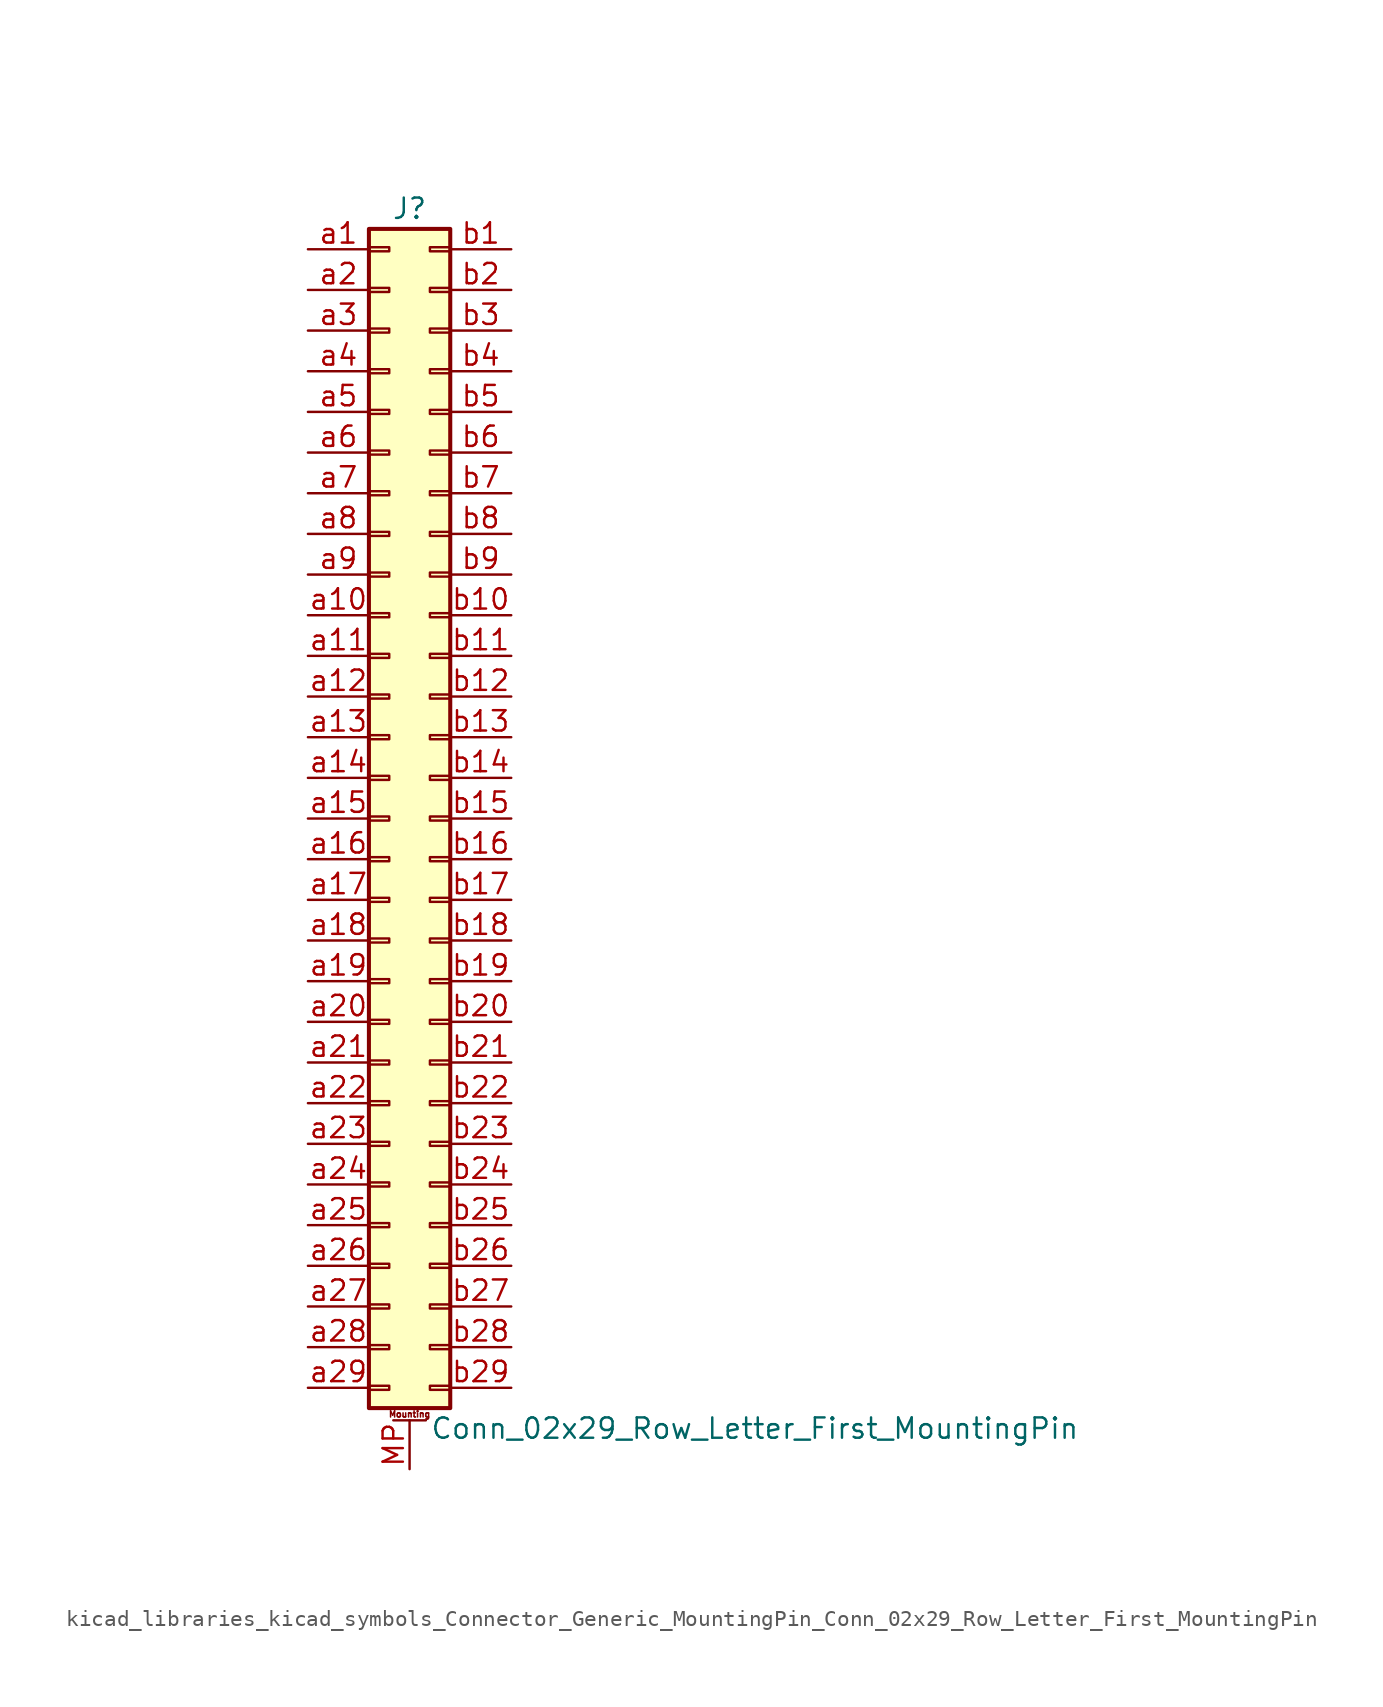
<source format=kicad_sym>
(kicad_symbol_lib
  (version 20220914)
  (generator kicad_symbol_editor)
  (symbol "kicad_libraries_kicad_symbols_Connector_Generic_MountingPin_Conn_02x29_Row_Letter_First_MountingPin"
    (pin_names
      (offset 1.016) hide)
    (property "Reference" "J"
      (at 1.27 38.1 0)
      (effects (font (size 1.27 1.27))))
    (property "Value" "Conn_02x29_Row_Letter_First_MountingPin"
      (at 2.54 -38.1 0)
      (effects (font (size 1.27 1.27)) (justify left)))
    (symbol "kicad_libraries_kicad_symbols_Connector_Generic_MountingPin_Conn_02x29_Row_Letter_First_MountingPin_1_1"
      (rectangle (start -1.27 -35.433) (end 0 -35.687) (stroke (width 0.152) (type default)) (fill (type none)))
      (rectangle (start -1.27 -32.893) (end 0 -33.147) (stroke (width 0.152) (type default)) (fill (type none)))
      (rectangle (start -1.27 -30.353) (end 0 -30.607) (stroke (width 0.152) (type default)) (fill (type none)))
      (rectangle (start -1.27 -27.813) (end 0 -28.067) (stroke (width 0.152) (type default)) (fill (type none)))
      (rectangle (start -1.27 -25.273) (end 0 -25.527) (stroke (width 0.152) (type default)) (fill (type none)))
      (rectangle (start -1.27 -22.733) (end 0 -22.987) (stroke (width 0.152) (type default)) (fill (type none)))
      (rectangle (start -1.27 -20.193) (end 0 -20.447) (stroke (width 0.152) (type default)) (fill (type none)))
      (rectangle (start -1.27 -17.653) (end 0 -17.907) (stroke (width 0.152) (type default)) (fill (type none)))
      (rectangle (start -1.27 -15.113) (end 0 -15.367) (stroke (width 0.152) (type default)) (fill (type none)))
      (rectangle (start -1.27 -12.573) (end 0 -12.827) (stroke (width 0.152) (type default)) (fill (type none)))
      (rectangle (start -1.27 -10.033) (end 0 -10.287) (stroke (width 0.152) (type default)) (fill (type none)))
      (rectangle (start -1.27 -7.493) (end 0 -7.747) (stroke (width 0.152) (type default)) (fill (type none)))
      (rectangle (start -1.27 -4.953) (end 0 -5.207) (stroke (width 0.152) (type default)) (fill (type none)))
      (rectangle (start -1.27 -2.413) (end 0 -2.667) (stroke (width 0.152) (type default)) (fill (type none)))
      (rectangle (start -1.27 0.127) (end 0 -0.127) (stroke (width 0.152) (type default)) (fill (type none)))
      (rectangle (start -1.27 2.667) (end 0 2.413) (stroke (width 0.152) (type default)) (fill (type none)))
      (rectangle (start -1.27 5.207) (end 0 4.953) (stroke (width 0.152) (type default)) (fill (type none)))
      (rectangle (start -1.27 7.747) (end 0 7.493) (stroke (width 0.152) (type default)) (fill (type none)))
      (rectangle (start -1.27 10.287) (end 0 10.033) (stroke (width 0.152) (type default)) (fill (type none)))
      (rectangle (start -1.27 12.827) (end 0 12.573) (stroke (width 0.152) (type default)) (fill (type none)))
      (rectangle (start -1.27 15.367) (end 0 15.113) (stroke (width 0.152) (type default)) (fill (type none)))
      (rectangle (start -1.27 17.907) (end 0 17.653) (stroke (width 0.152) (type default)) (fill (type none)))
      (rectangle (start -1.27 20.447) (end 0 20.193) (stroke (width 0.152) (type default)) (fill (type none)))
      (rectangle (start -1.27 22.987) (end 0 22.733) (stroke (width 0.152) (type default)) (fill (type none)))
      (rectangle (start -1.27 25.527) (end 0 25.273) (stroke (width 0.152) (type default)) (fill (type none)))
      (rectangle (start -1.27 28.067) (end 0 27.813) (stroke (width 0.152) (type default)) (fill (type none)))
      (rectangle (start -1.27 30.607) (end 0 30.353) (stroke (width 0.152) (type default)) (fill (type none)))
      (rectangle (start -1.27 33.147) (end 0 32.893) (stroke (width 0.152) (type default)) (fill (type none)))
      (rectangle (start -1.27 35.687) (end 0 35.433) (stroke (width 0.152) (type default)) (fill (type none)))
      (rectangle (start -1.27 36.83) (end 3.81 -36.83) (stroke (width 0.254) (type default)) (fill (type background)))
      (polyline (pts (xy 0.254 -37.592) (xy 2.286 -37.592)) (stroke (width 0.152) (type default)) (fill (type none)))
      (rectangle (start 3.81 -35.433) (end 2.54 -35.687) (stroke (width 0.152) (type default)) (fill (type none)))
      (rectangle (start 3.81 -32.893) (end 2.54 -33.147) (stroke (width 0.152) (type default)) (fill (type none)))
      (rectangle (start 3.81 -30.353) (end 2.54 -30.607) (stroke (width 0.152) (type default)) (fill (type none)))
      (rectangle (start 3.81 -27.813) (end 2.54 -28.067) (stroke (width 0.152) (type default)) (fill (type none)))
      (rectangle (start 3.81 -25.273) (end 2.54 -25.527) (stroke (width 0.152) (type default)) (fill (type none)))
      (rectangle (start 3.81 -22.733) (end 2.54 -22.987) (stroke (width 0.152) (type default)) (fill (type none)))
      (rectangle (start 3.81 -20.193) (end 2.54 -20.447) (stroke (width 0.152) (type default)) (fill (type none)))
      (rectangle (start 3.81 -17.653) (end 2.54 -17.907) (stroke (width 0.152) (type default)) (fill (type none)))
      (rectangle (start 3.81 -15.113) (end 2.54 -15.367) (stroke (width 0.152) (type default)) (fill (type none)))
      (rectangle (start 3.81 -12.573) (end 2.54 -12.827) (stroke (width 0.152) (type default)) (fill (type none)))
      (rectangle (start 3.81 -10.033) (end 2.54 -10.287) (stroke (width 0.152) (type default)) (fill (type none)))
      (rectangle (start 3.81 -7.493) (end 2.54 -7.747) (stroke (width 0.152) (type default)) (fill (type none)))
      (rectangle (start 3.81 -4.953) (end 2.54 -5.207) (stroke (width 0.152) (type default)) (fill (type none)))
      (rectangle (start 3.81 -2.413) (end 2.54 -2.667) (stroke (width 0.152) (type default)) (fill (type none)))
      (rectangle (start 3.81 0.127) (end 2.54 -0.127) (stroke (width 0.152) (type default)) (fill (type none)))
      (rectangle (start 3.81 2.667) (end 2.54 2.413) (stroke (width 0.152) (type default)) (fill (type none)))
      (rectangle (start 3.81 5.207) (end 2.54 4.953) (stroke (width 0.152) (type default)) (fill (type none)))
      (rectangle (start 3.81 7.747) (end 2.54 7.493) (stroke (width 0.152) (type default)) (fill (type none)))
      (rectangle (start 3.81 10.287) (end 2.54 10.033) (stroke (width 0.152) (type default)) (fill (type none)))
      (rectangle (start 3.81 12.827) (end 2.54 12.573) (stroke (width 0.152) (type default)) (fill (type none)))
      (rectangle (start 3.81 15.367) (end 2.54 15.113) (stroke (width 0.152) (type default)) (fill (type none)))
      (rectangle (start 3.81 17.907) (end 2.54 17.653) (stroke (width 0.152) (type default)) (fill (type none)))
      (rectangle (start 3.81 20.447) (end 2.54 20.193) (stroke (width 0.152) (type default)) (fill (type none)))
      (rectangle (start 3.81 22.987) (end 2.54 22.733) (stroke (width 0.152) (type default)) (fill (type none)))
      (rectangle (start 3.81 25.527) (end 2.54 25.273) (stroke (width 0.152) (type default)) (fill (type none)))
      (rectangle (start 3.81 28.067) (end 2.54 27.813) (stroke (width 0.152) (type default)) (fill (type none)))
      (rectangle (start 3.81 30.607) (end 2.54 30.353) (stroke (width 0.152) (type default)) (fill (type none)))
      (rectangle (start 3.81 33.147) (end 2.54 32.893) (stroke (width 0.152) (type default)) (fill (type none)))
      (rectangle (start 3.81 35.687) (end 2.54 35.433) (stroke (width 0.152) (type default)) (fill (type none)))
      (text "Mounting" (at 1.27 -37.211 0) (effects (font (size 0.381 0.381))))
      (pin passive line (at 1.27 -40.64 90) (length 3.048) (name "MountPin" (effects (font (size 1.27 1.27)))) (number "MP" (effects (font (size 1.27 1.27)))))
      (pin passive line (at -5.08 35.56 0) (length 3.81) (name "Pin_a1" (effects (font (size 1.27 1.27)))) (number "a1" (effects (font (size 1.27 1.27)))))
      (pin passive line (at -5.08 12.7 0) (length 3.81) (name "Pin_a10" (effects (font (size 1.27 1.27)))) (number "a10" (effects (font (size 1.27 1.27)))))
      (pin passive line (at -5.08 10.16 0) (length 3.81) (name "Pin_a11" (effects (font (size 1.27 1.27)))) (number "a11" (effects (font (size 1.27 1.27)))))
      (pin passive line (at -5.08 7.62 0) (length 3.81) (name "Pin_a12" (effects (font (size 1.27 1.27)))) (number "a12" (effects (font (size 1.27 1.27)))))
      (pin passive line (at -5.08 5.08 0) (length 3.81) (name "Pin_a13" (effects (font (size 1.27 1.27)))) (number "a13" (effects (font (size 1.27 1.27)))))
      (pin passive line (at -5.08 2.54 0) (length 3.81) (name "Pin_a14" (effects (font (size 1.27 1.27)))) (number "a14" (effects (font (size 1.27 1.27)))))
      (pin passive line (at -5.08 0 0) (length 3.81) (name "Pin_a15" (effects (font (size 1.27 1.27)))) (number "a15" (effects (font (size 1.27 1.27)))))
      (pin passive line (at -5.08 -2.54 0) (length 3.81) (name "Pin_a16" (effects (font (size 1.27 1.27)))) (number "a16" (effects (font (size 1.27 1.27)))))
      (pin passive line (at -5.08 -5.08 0) (length 3.81) (name "Pin_a17" (effects (font (size 1.27 1.27)))) (number "a17" (effects (font (size 1.27 1.27)))))
      (pin passive line (at -5.08 -7.62 0) (length 3.81) (name "Pin_a18" (effects (font (size 1.27 1.27)))) (number "a18" (effects (font (size 1.27 1.27)))))
      (pin passive line (at -5.08 -10.16 0) (length 3.81) (name "Pin_a19" (effects (font (size 1.27 1.27)))) (number "a19" (effects (font (size 1.27 1.27)))))
      (pin passive line (at -5.08 33.02 0) (length 3.81) (name "Pin_a2" (effects (font (size 1.27 1.27)))) (number "a2" (effects (font (size 1.27 1.27)))))
      (pin passive line (at -5.08 -12.7 0) (length 3.81) (name "Pin_a20" (effects (font (size 1.27 1.27)))) (number "a20" (effects (font (size 1.27 1.27)))))
      (pin passive line (at -5.08 -15.24 0) (length 3.81) (name "Pin_a21" (effects (font (size 1.27 1.27)))) (number "a21" (effects (font (size 1.27 1.27)))))
      (pin passive line (at -5.08 -17.78 0) (length 3.81) (name "Pin_a22" (effects (font (size 1.27 1.27)))) (number "a22" (effects (font (size 1.27 1.27)))))
      (pin passive line (at -5.08 -20.32 0) (length 3.81) (name "Pin_a23" (effects (font (size 1.27 1.27)))) (number "a23" (effects (font (size 1.27 1.27)))))
      (pin passive line (at -5.08 -22.86 0) (length 3.81) (name "Pin_a24" (effects (font (size 1.27 1.27)))) (number "a24" (effects (font (size 1.27 1.27)))))
      (pin passive line (at -5.08 -25.4 0) (length 3.81) (name "Pin_a25" (effects (font (size 1.27 1.27)))) (number "a25" (effects (font (size 1.27 1.27)))))
      (pin passive line (at -5.08 -27.94 0) (length 3.81) (name "Pin_a26" (effects (font (size 1.27 1.27)))) (number "a26" (effects (font (size 1.27 1.27)))))
      (pin passive line (at -5.08 -30.48 0) (length 3.81) (name "Pin_a27" (effects (font (size 1.27 1.27)))) (number "a27" (effects (font (size 1.27 1.27)))))
      (pin passive line (at -5.08 -33.02 0) (length 3.81) (name "Pin_a28" (effects (font (size 1.27 1.27)))) (number "a28" (effects (font (size 1.27 1.27)))))
      (pin passive line (at -5.08 -35.56 0) (length 3.81) (name "Pin_a29" (effects (font (size 1.27 1.27)))) (number "a29" (effects (font (size 1.27 1.27)))))
      (pin passive line (at -5.08 30.48 0) (length 3.81) (name "Pin_a3" (effects (font (size 1.27 1.27)))) (number "a3" (effects (font (size 1.27 1.27)))))
      (pin passive line (at -5.08 27.94 0) (length 3.81) (name "Pin_a4" (effects (font (size 1.27 1.27)))) (number "a4" (effects (font (size 1.27 1.27)))))
      (pin passive line (at -5.08 25.4 0) (length 3.81) (name "Pin_a5" (effects (font (size 1.27 1.27)))) (number "a5" (effects (font (size 1.27 1.27)))))
      (pin passive line (at -5.08 22.86 0) (length 3.81) (name "Pin_a6" (effects (font (size 1.27 1.27)))) (number "a6" (effects (font (size 1.27 1.27)))))
      (pin passive line (at -5.08 20.32 0) (length 3.81) (name "Pin_a7" (effects (font (size 1.27 1.27)))) (number "a7" (effects (font (size 1.27 1.27)))))
      (pin passive line (at -5.08 17.78 0) (length 3.81) (name "Pin_a8" (effects (font (size 1.27 1.27)))) (number "a8" (effects (font (size 1.27 1.27)))))
      (pin passive line (at -5.08 15.24 0) (length 3.81) (name "Pin_a9" (effects (font (size 1.27 1.27)))) (number "a9" (effects (font (size 1.27 1.27)))))
      (pin passive line (at 7.62 35.56 180) (length 3.81) (name "Pin_b1" (effects (font (size 1.27 1.27)))) (number "b1" (effects (font (size 1.27 1.27)))))
      (pin passive line (at 7.62 12.7 180) (length 3.81) (name "Pin_b10" (effects (font (size 1.27 1.27)))) (number "b10" (effects (font (size 1.27 1.27)))))
      (pin passive line (at 7.62 10.16 180) (length 3.81) (name "Pin_b11" (effects (font (size 1.27 1.27)))) (number "b11" (effects (font (size 1.27 1.27)))))
      (pin passive line (at 7.62 7.62 180) (length 3.81) (name "Pin_b12" (effects (font (size 1.27 1.27)))) (number "b12" (effects (font (size 1.27 1.27)))))
      (pin passive line (at 7.62 5.08 180) (length 3.81) (name "Pin_b13" (effects (font (size 1.27 1.27)))) (number "b13" (effects (font (size 1.27 1.27)))))
      (pin passive line (at 7.62 2.54 180) (length 3.81) (name "Pin_b14" (effects (font (size 1.27 1.27)))) (number "b14" (effects (font (size 1.27 1.27)))))
      (pin passive line (at 7.62 0 180) (length 3.81) (name "Pin_b15" (effects (font (size 1.27 1.27)))) (number "b15" (effects (font (size 1.27 1.27)))))
      (pin passive line (at 7.62 -2.54 180) (length 3.81) (name "Pin_b16" (effects (font (size 1.27 1.27)))) (number "b16" (effects (font (size 1.27 1.27)))))
      (pin passive line (at 7.62 -5.08 180) (length 3.81) (name "Pin_b17" (effects (font (size 1.27 1.27)))) (number "b17" (effects (font (size 1.27 1.27)))))
      (pin passive line (at 7.62 -7.62 180) (length 3.81) (name "Pin_b18" (effects (font (size 1.27 1.27)))) (number "b18" (effects (font (size 1.27 1.27)))))
      (pin passive line (at 7.62 -10.16 180) (length 3.81) (name "Pin_b19" (effects (font (size 1.27 1.27)))) (number "b19" (effects (font (size 1.27 1.27)))))
      (pin passive line (at 7.62 33.02 180) (length 3.81) (name "Pin_b2" (effects (font (size 1.27 1.27)))) (number "b2" (effects (font (size 1.27 1.27)))))
      (pin passive line (at 7.62 -12.7 180) (length 3.81) (name "Pin_b20" (effects (font (size 1.27 1.27)))) (number "b20" (effects (font (size 1.27 1.27)))))
      (pin passive line (at 7.62 -15.24 180) (length 3.81) (name "Pin_b21" (effects (font (size 1.27 1.27)))) (number "b21" (effects (font (size 1.27 1.27)))))
      (pin passive line (at 7.62 -17.78 180) (length 3.81) (name "Pin_b22" (effects (font (size 1.27 1.27)))) (number "b22" (effects (font (size 1.27 1.27)))))
      (pin passive line (at 7.62 -20.32 180) (length 3.81) (name "Pin_b23" (effects (font (size 1.27 1.27)))) (number "b23" (effects (font (size 1.27 1.27)))))
      (pin passive line (at 7.62 -22.86 180) (length 3.81) (name "Pin_b24" (effects (font (size 1.27 1.27)))) (number "b24" (effects (font (size 1.27 1.27)))))
      (pin passive line (at 7.62 -25.4 180) (length 3.81) (name "Pin_b25" (effects (font (size 1.27 1.27)))) (number "b25" (effects (font (size 1.27 1.27)))))
      (pin passive line (at 7.62 -27.94 180) (length 3.81) (name "Pin_b26" (effects (font (size 1.27 1.27)))) (number "b26" (effects (font (size 1.27 1.27)))))
      (pin passive line (at 7.62 -30.48 180) (length 3.81) (name "Pin_b27" (effects (font (size 1.27 1.27)))) (number "b27" (effects (font (size 1.27 1.27)))))
      (pin passive line (at 7.62 -33.02 180) (length 3.81) (name "Pin_b28" (effects (font (size 1.27 1.27)))) (number "b28" (effects (font (size 1.27 1.27)))))
      (pin passive line (at 7.62 -35.56 180) (length 3.81) (name "Pin_b29" (effects (font (size 1.27 1.27)))) (number "b29" (effects (font (size 1.27 1.27)))))
      (pin passive line (at 7.62 30.48 180) (length 3.81) (name "Pin_b3" (effects (font (size 1.27 1.27)))) (number "b3" (effects (font (size 1.27 1.27)))))
      (pin passive line (at 7.62 27.94 180) (length 3.81) (name "Pin_b4" (effects (font (size 1.27 1.27)))) (number "b4" (effects (font (size 1.27 1.27)))))
      (pin passive line (at 7.62 25.4 180) (length 3.81) (name "Pin_b5" (effects (font (size 1.27 1.27)))) (number "b5" (effects (font (size 1.27 1.27)))))
      (pin passive line (at 7.62 22.86 180) (length 3.81) (name "Pin_b6" (effects (font (size 1.27 1.27)))) (number "b6" (effects (font (size 1.27 1.27)))))
      (pin passive line (at 7.62 20.32 180) (length 3.81) (name "Pin_b7" (effects (font (size 1.27 1.27)))) (number "b7" (effects (font (size 1.27 1.27)))))
      (pin passive line (at 7.62 17.78 180) (length 3.81) (name "Pin_b8" (effects (font (size 1.27 1.27)))) (number "b8" (effects (font (size 1.27 1.27)))))
      (pin passive line (at 7.62 15.24 180) (length 3.81) (name "Pin_b9" (effects (font (size 1.27 1.27)))) (number "b9" (effects (font (size 1.27 1.27))))))))
</source>
